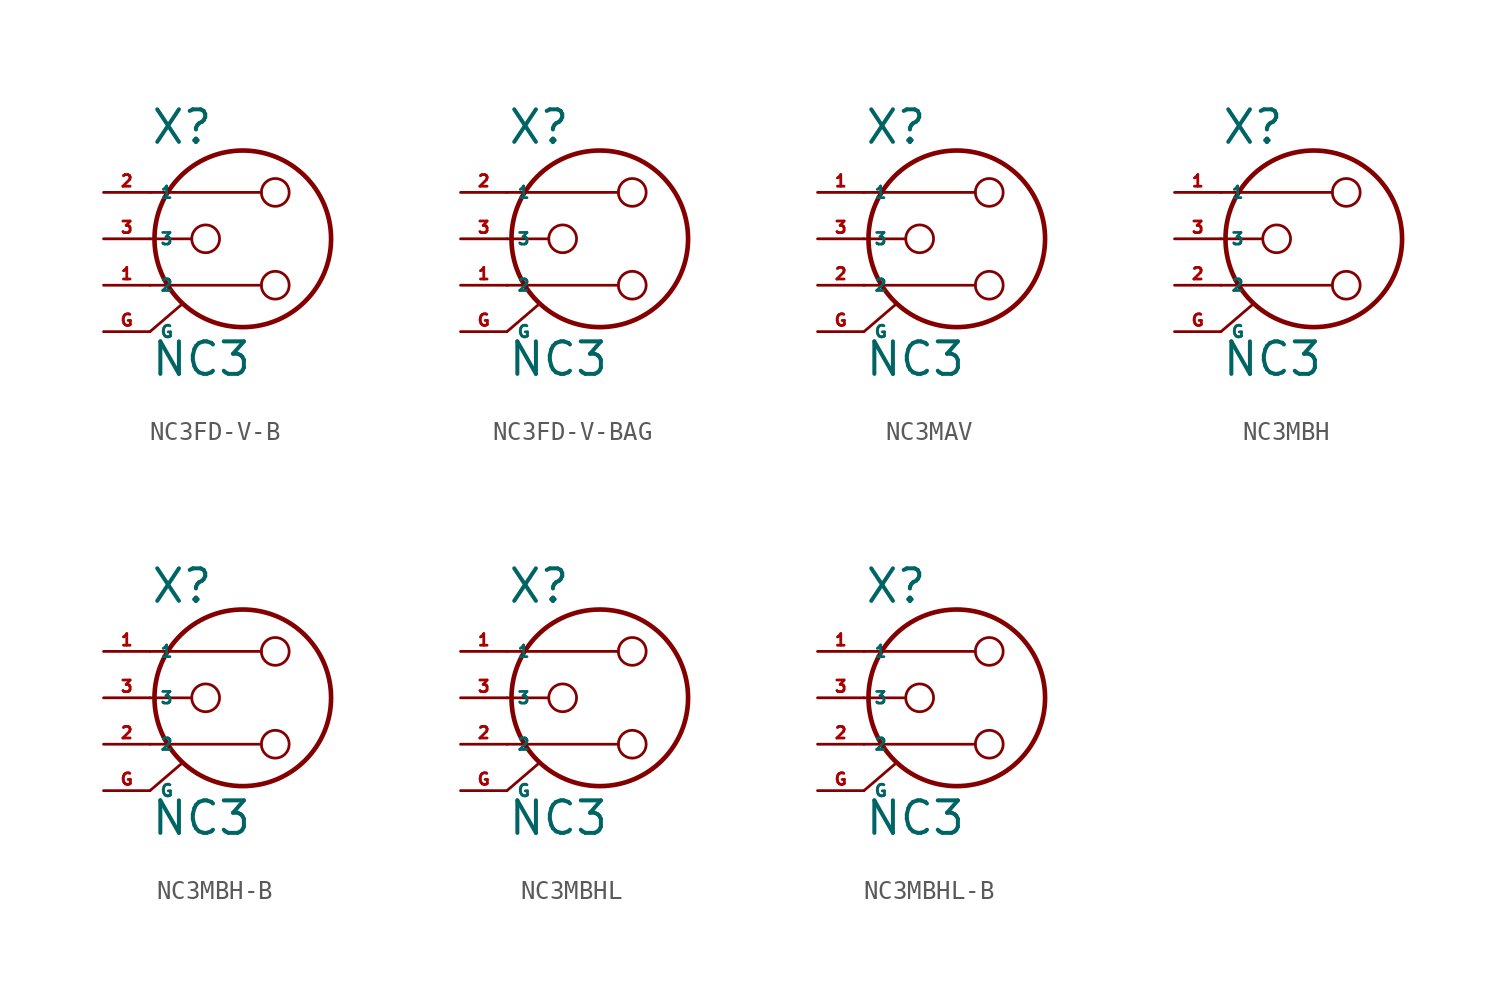
<source format=kicad_sym>
(kicad_symbol_lib
  (version 20220914)
  (generator Eagle2Kicad)
  (symbol "NC3FD-V-B"
    (property "Reference" "X"
      (at -5.08 5.08 0)
      (effects (font (size 1.778 1.778) (thickness 0.22)) (justify left bottom)))
    (property "Value" "NC3"
      (at -5.08 -7.62 0)
      (effects (font (size 1.778 1.778) (thickness 0.22)) (justify left bottom)))
    (polyline
      (pts (xy -5.08 2.54) (xy 1.016 2.54))
      (stroke (width 0.152) (type default))
      (fill (type none)))
    (polyline
      (pts (xy -5.08 -2.54) (xy 1.016 -2.54))
      (stroke (width 0.152) (type default))
      (fill (type none)))
    (polyline
      (pts (xy -5.08 0) (xy -2.794 0))
      (stroke (width 0.152) (type default))
      (fill (type none)))
    (polyline
      (pts (xy -5.08 -5.08) (xy -3.302 -3.556))
      (stroke (width 0.152) (type default))
      (fill (type none)))
    (circle
      (center 0 0)
      (radius 4.833)
      (stroke (width 0.254) (type default))
      (fill (type none)))
    (circle
      (center -2.032 0)
      (radius 0.762)
      (stroke (width 0.152) (type default))
      (fill (type none)))
    (circle
      (center 1.778 2.54)
      (radius 0.762)
      (stroke (width 0.152) (type default))
      (fill (type none)))
    (circle
      (center 1.778 -2.54)
      (radius 0.762)
      (stroke (width 0.152) (type default))
      (fill (type none)))
    (pin passive line
      (at -7.62 2.54 0)
      (length 2.54)
      (name "1" (effects (font (size 0.635 0.635) (thickness 0.08)) (justify left bottom)))
      (number "2" (effects (font (size 0.635 0.635) (thickness 0.08)) (justify left bottom))))
    (pin passive line
      (at -7.62 -2.54 0)
      (length 2.54)
      (name "2" (effects (font (size 0.635 0.635) (thickness 0.08)) (justify left bottom)))
      (number "1" (effects (font (size 0.635 0.635) (thickness 0.08)) (justify left bottom))))
    (pin passive line
      (at -7.62 0 0)
      (length 2.54)
      (name "3" (effects (font (size 0.635 0.635) (thickness 0.08)) (justify left bottom)))
      (number "3" (effects (font (size 0.635 0.635) (thickness 0.08)) (justify left bottom))))
    (pin passive line
      (at -7.62 -5.08 0)
      (length 2.54)
      (name "G" (effects (font (size 0.635 0.635) (thickness 0.08)) (justify left bottom)))
      (number "G" (effects (font (size 0.635 0.635) (thickness 0.08)) (justify left bottom)))))
  (symbol "NC3FD-V-BAG"
    (property "Reference" "X"
      (at -5.08 5.08 0)
      (effects (font (size 1.778 1.778) (thickness 0.22)) (justify left bottom)))
    (property "Value" "NC3"
      (at -5.08 -7.62 0)
      (effects (font (size 1.778 1.778) (thickness 0.22)) (justify left bottom)))
    (polyline
      (pts (xy -5.08 2.54) (xy 1.016 2.54))
      (stroke (width 0.152) (type default))
      (fill (type none)))
    (polyline
      (pts (xy -5.08 -2.54) (xy 1.016 -2.54))
      (stroke (width 0.152) (type default))
      (fill (type none)))
    (polyline
      (pts (xy -5.08 0) (xy -2.794 0))
      (stroke (width 0.152) (type default))
      (fill (type none)))
    (polyline
      (pts (xy -5.08 -5.08) (xy -3.302 -3.556))
      (stroke (width 0.152) (type default))
      (fill (type none)))
    (circle
      (center 0 0)
      (radius 4.833)
      (stroke (width 0.254) (type default))
      (fill (type none)))
    (circle
      (center -2.032 0)
      (radius 0.762)
      (stroke (width 0.152) (type default))
      (fill (type none)))
    (circle
      (center 1.778 2.54)
      (radius 0.762)
      (stroke (width 0.152) (type default))
      (fill (type none)))
    (circle
      (center 1.778 -2.54)
      (radius 0.762)
      (stroke (width 0.152) (type default))
      (fill (type none)))
    (pin passive line
      (at -7.62 2.54 0)
      (length 2.54)
      (name "1" (effects (font (size 0.635 0.635) (thickness 0.08)) (justify left bottom)))
      (number "2" (effects (font (size 0.635 0.635) (thickness 0.08)) (justify left bottom))))
    (pin passive line
      (at -7.62 -2.54 0)
      (length 2.54)
      (name "2" (effects (font (size 0.635 0.635) (thickness 0.08)) (justify left bottom)))
      (number "1" (effects (font (size 0.635 0.635) (thickness 0.08)) (justify left bottom))))
    (pin passive line
      (at -7.62 0 0)
      (length 2.54)
      (name "3" (effects (font (size 0.635 0.635) (thickness 0.08)) (justify left bottom)))
      (number "3" (effects (font (size 0.635 0.635) (thickness 0.08)) (justify left bottom))))
    (pin passive line
      (at -7.62 -5.08 0)
      (length 2.54)
      (name "G" (effects (font (size 0.635 0.635) (thickness 0.08)) (justify left bottom)))
      (number "G" (effects (font (size 0.635 0.635) (thickness 0.08)) (justify left bottom)))))
  (symbol "NC3MAV"
    (property "Reference" "X"
      (at -5.08 5.08 0)
      (effects (font (size 1.778 1.778) (thickness 0.22)) (justify left bottom)))
    (property "Value" "NC3"
      (at -5.08 -7.62 0)
      (effects (font (size 1.778 1.778) (thickness 0.22)) (justify left bottom)))
    (polyline
      (pts (xy -5.08 2.54) (xy 1.016 2.54))
      (stroke (width 0.152) (type default))
      (fill (type none)))
    (polyline
      (pts (xy -5.08 -2.54) (xy 1.016 -2.54))
      (stroke (width 0.152) (type default))
      (fill (type none)))
    (polyline
      (pts (xy -5.08 0) (xy -2.794 0))
      (stroke (width 0.152) (type default))
      (fill (type none)))
    (polyline
      (pts (xy -5.08 -5.08) (xy -3.302 -3.556))
      (stroke (width 0.152) (type default))
      (fill (type none)))
    (circle
      (center 0 0)
      (radius 4.833)
      (stroke (width 0.254) (type default))
      (fill (type none)))
    (circle
      (center -2.032 0)
      (radius 0.762)
      (stroke (width 0.152) (type default))
      (fill (type none)))
    (circle
      (center 1.778 2.54)
      (radius 0.762)
      (stroke (width 0.152) (type default))
      (fill (type none)))
    (circle
      (center 1.778 -2.54)
      (radius 0.762)
      (stroke (width 0.152) (type default))
      (fill (type none)))
    (pin passive line
      (at -7.62 2.54 0)
      (length 2.54)
      (name "1" (effects (font (size 0.635 0.635) (thickness 0.08)) (justify left bottom)))
      (number "1" (effects (font (size 0.635 0.635) (thickness 0.08)) (justify left bottom))))
    (pin passive line
      (at -7.62 -2.54 0)
      (length 2.54)
      (name "2" (effects (font (size 0.635 0.635) (thickness 0.08)) (justify left bottom)))
      (number "2" (effects (font (size 0.635 0.635) (thickness 0.08)) (justify left bottom))))
    (pin passive line
      (at -7.62 0 0)
      (length 2.54)
      (name "3" (effects (font (size 0.635 0.635) (thickness 0.08)) (justify left bottom)))
      (number "3" (effects (font (size 0.635 0.635) (thickness 0.08)) (justify left bottom))))
    (pin passive line
      (at -7.62 -5.08 0)
      (length 2.54)
      (name "G" (effects (font (size 0.635 0.635) (thickness 0.08)) (justify left bottom)))
      (number "G" (effects (font (size 0.635 0.635) (thickness 0.08)) (justify left bottom)))))
  (symbol "NC3MBH"
    (property "Reference" "X"
      (at -5.08 5.08 0)
      (effects (font (size 1.778 1.778) (thickness 0.22)) (justify left bottom)))
    (property "Value" "NC3"
      (at -5.08 -7.62 0)
      (effects (font (size 1.778 1.778) (thickness 0.22)) (justify left bottom)))
    (polyline
      (pts (xy -5.08 2.54) (xy 1.016 2.54))
      (stroke (width 0.152) (type default))
      (fill (type none)))
    (polyline
      (pts (xy -5.08 -2.54) (xy 1.016 -2.54))
      (stroke (width 0.152) (type default))
      (fill (type none)))
    (polyline
      (pts (xy -5.08 0) (xy -2.794 0))
      (stroke (width 0.152) (type default))
      (fill (type none)))
    (polyline
      (pts (xy -5.08 -5.08) (xy -3.302 -3.556))
      (stroke (width 0.152) (type default))
      (fill (type none)))
    (circle
      (center 0 0)
      (radius 4.833)
      (stroke (width 0.254) (type default))
      (fill (type none)))
    (circle
      (center -2.032 0)
      (radius 0.762)
      (stroke (width 0.152) (type default))
      (fill (type none)))
    (circle
      (center 1.778 2.54)
      (radius 0.762)
      (stroke (width 0.152) (type default))
      (fill (type none)))
    (circle
      (center 1.778 -2.54)
      (radius 0.762)
      (stroke (width 0.152) (type default))
      (fill (type none)))
    (pin passive line
      (at -7.62 2.54 0)
      (length 2.54)
      (name "1" (effects (font (size 0.635 0.635) (thickness 0.08)) (justify left bottom)))
      (number "1" (effects (font (size 0.635 0.635) (thickness 0.08)) (justify left bottom))))
    (pin passive line
      (at -7.62 -2.54 0)
      (length 2.54)
      (name "2" (effects (font (size 0.635 0.635) (thickness 0.08)) (justify left bottom)))
      (number "2" (effects (font (size 0.635 0.635) (thickness 0.08)) (justify left bottom))))
    (pin passive line
      (at -7.62 0 0)
      (length 2.54)
      (name "3" (effects (font (size 0.635 0.635) (thickness 0.08)) (justify left bottom)))
      (number "3" (effects (font (size 0.635 0.635) (thickness 0.08)) (justify left bottom))))
    (pin passive line
      (at -7.62 -5.08 0)
      (length 2.54)
      (name "G" (effects (font (size 0.635 0.635) (thickness 0.08)) (justify left bottom)))
      (number "G" (effects (font (size 0.635 0.635) (thickness 0.08)) (justify left bottom)))))
  (symbol "NC3MBH-B"
    (property "Reference" "X"
      (at -5.08 5.08 0)
      (effects (font (size 1.778 1.778) (thickness 0.22)) (justify left bottom)))
    (property "Value" "NC3"
      (at -5.08 -7.62 0)
      (effects (font (size 1.778 1.778) (thickness 0.22)) (justify left bottom)))
    (polyline
      (pts (xy -5.08 2.54) (xy 1.016 2.54))
      (stroke (width 0.152) (type default))
      (fill (type none)))
    (polyline
      (pts (xy -5.08 -2.54) (xy 1.016 -2.54))
      (stroke (width 0.152) (type default))
      (fill (type none)))
    (polyline
      (pts (xy -5.08 0) (xy -2.794 0))
      (stroke (width 0.152) (type default))
      (fill (type none)))
    (polyline
      (pts (xy -5.08 -5.08) (xy -3.302 -3.556))
      (stroke (width 0.152) (type default))
      (fill (type none)))
    (circle
      (center 0 0)
      (radius 4.833)
      (stroke (width 0.254) (type default))
      (fill (type none)))
    (circle
      (center -2.032 0)
      (radius 0.762)
      (stroke (width 0.152) (type default))
      (fill (type none)))
    (circle
      (center 1.778 2.54)
      (radius 0.762)
      (stroke (width 0.152) (type default))
      (fill (type none)))
    (circle
      (center 1.778 -2.54)
      (radius 0.762)
      (stroke (width 0.152) (type default))
      (fill (type none)))
    (pin passive line
      (at -7.62 2.54 0)
      (length 2.54)
      (name "1" (effects (font (size 0.635 0.635) (thickness 0.08)) (justify left bottom)))
      (number "1" (effects (font (size 0.635 0.635) (thickness 0.08)) (justify left bottom))))
    (pin passive line
      (at -7.62 -2.54 0)
      (length 2.54)
      (name "2" (effects (font (size 0.635 0.635) (thickness 0.08)) (justify left bottom)))
      (number "2" (effects (font (size 0.635 0.635) (thickness 0.08)) (justify left bottom))))
    (pin passive line
      (at -7.62 0 0)
      (length 2.54)
      (name "3" (effects (font (size 0.635 0.635) (thickness 0.08)) (justify left bottom)))
      (number "3" (effects (font (size 0.635 0.635) (thickness 0.08)) (justify left bottom))))
    (pin passive line
      (at -7.62 -5.08 0)
      (length 2.54)
      (name "G" (effects (font (size 0.635 0.635) (thickness 0.08)) (justify left bottom)))
      (number "G" (effects (font (size 0.635 0.635) (thickness 0.08)) (justify left bottom)))))
  (symbol "NC3MBHL"
    (property "Reference" "X"
      (at -5.08 5.08 0)
      (effects (font (size 1.778 1.778) (thickness 0.22)) (justify left bottom)))
    (property "Value" "NC3"
      (at -5.08 -7.62 0)
      (effects (font (size 1.778 1.778) (thickness 0.22)) (justify left bottom)))
    (polyline
      (pts (xy -5.08 2.54) (xy 1.016 2.54))
      (stroke (width 0.152) (type default))
      (fill (type none)))
    (polyline
      (pts (xy -5.08 -2.54) (xy 1.016 -2.54))
      (stroke (width 0.152) (type default))
      (fill (type none)))
    (polyline
      (pts (xy -5.08 0) (xy -2.794 0))
      (stroke (width 0.152) (type default))
      (fill (type none)))
    (polyline
      (pts (xy -5.08 -5.08) (xy -3.302 -3.556))
      (stroke (width 0.152) (type default))
      (fill (type none)))
    (circle
      (center 0 0)
      (radius 4.833)
      (stroke (width 0.254) (type default))
      (fill (type none)))
    (circle
      (center -2.032 0)
      (radius 0.762)
      (stroke (width 0.152) (type default))
      (fill (type none)))
    (circle
      (center 1.778 2.54)
      (radius 0.762)
      (stroke (width 0.152) (type default))
      (fill (type none)))
    (circle
      (center 1.778 -2.54)
      (radius 0.762)
      (stroke (width 0.152) (type default))
      (fill (type none)))
    (pin passive line
      (at -7.62 2.54 0)
      (length 2.54)
      (name "1" (effects (font (size 0.635 0.635) (thickness 0.08)) (justify left bottom)))
      (number "1" (effects (font (size 0.635 0.635) (thickness 0.08)) (justify left bottom))))
    (pin passive line
      (at -7.62 -2.54 0)
      (length 2.54)
      (name "2" (effects (font (size 0.635 0.635) (thickness 0.08)) (justify left bottom)))
      (number "2" (effects (font (size 0.635 0.635) (thickness 0.08)) (justify left bottom))))
    (pin passive line
      (at -7.62 0 0)
      (length 2.54)
      (name "3" (effects (font (size 0.635 0.635) (thickness 0.08)) (justify left bottom)))
      (number "3" (effects (font (size 0.635 0.635) (thickness 0.08)) (justify left bottom))))
    (pin passive line
      (at -7.62 -5.08 0)
      (length 2.54)
      (name "G" (effects (font (size 0.635 0.635) (thickness 0.08)) (justify left bottom)))
      (number "G" (effects (font (size 0.635 0.635) (thickness 0.08)) (justify left bottom)))))
  (symbol "NC3MBHL-B"
    (property "Reference" "X"
      (at -5.08 5.08 0)
      (effects (font (size 1.778 1.778) (thickness 0.22)) (justify left bottom)))
    (property "Value" "NC3"
      (at -5.08 -7.62 0)
      (effects (font (size 1.778 1.778) (thickness 0.22)) (justify left bottom)))
    (polyline
      (pts (xy -5.08 2.54) (xy 1.016 2.54))
      (stroke (width 0.152) (type default))
      (fill (type none)))
    (polyline
      (pts (xy -5.08 -2.54) (xy 1.016 -2.54))
      (stroke (width 0.152) (type default))
      (fill (type none)))
    (polyline
      (pts (xy -5.08 0) (xy -2.794 0))
      (stroke (width 0.152) (type default))
      (fill (type none)))
    (polyline
      (pts (xy -5.08 -5.08) (xy -3.302 -3.556))
      (stroke (width 0.152) (type default))
      (fill (type none)))
    (circle
      (center 0 0)
      (radius 4.833)
      (stroke (width 0.254) (type default))
      (fill (type none)))
    (circle
      (center -2.032 0)
      (radius 0.762)
      (stroke (width 0.152) (type default))
      (fill (type none)))
    (circle
      (center 1.778 2.54)
      (radius 0.762)
      (stroke (width 0.152) (type default))
      (fill (type none)))
    (circle
      (center 1.778 -2.54)
      (radius 0.762)
      (stroke (width 0.152) (type default))
      (fill (type none)))
    (pin passive line
      (at -7.62 2.54 0)
      (length 2.54)
      (name "1" (effects (font (size 0.635 0.635) (thickness 0.08)) (justify left bottom)))
      (number "1" (effects (font (size 0.635 0.635) (thickness 0.08)) (justify left bottom))))
    (pin passive line
      (at -7.62 -2.54 0)
      (length 2.54)
      (name "2" (effects (font (size 0.635 0.635) (thickness 0.08)) (justify left bottom)))
      (number "2" (effects (font (size 0.635 0.635) (thickness 0.08)) (justify left bottom))))
    (pin passive line
      (at -7.62 0 0)
      (length 2.54)
      (name "3" (effects (font (size 0.635 0.635) (thickness 0.08)) (justify left bottom)))
      (number "3" (effects (font (size 0.635 0.635) (thickness 0.08)) (justify left bottom))))
    (pin passive line
      (at -7.62 -5.08 0)
      (length 2.54)
      (name "G" (effects (font (size 0.635 0.635) (thickness 0.08)) (justify left bottom)))
      (number "G" (effects (font (size 0.635 0.635) (thickness 0.08)) (justify left bottom))))))
</source>
